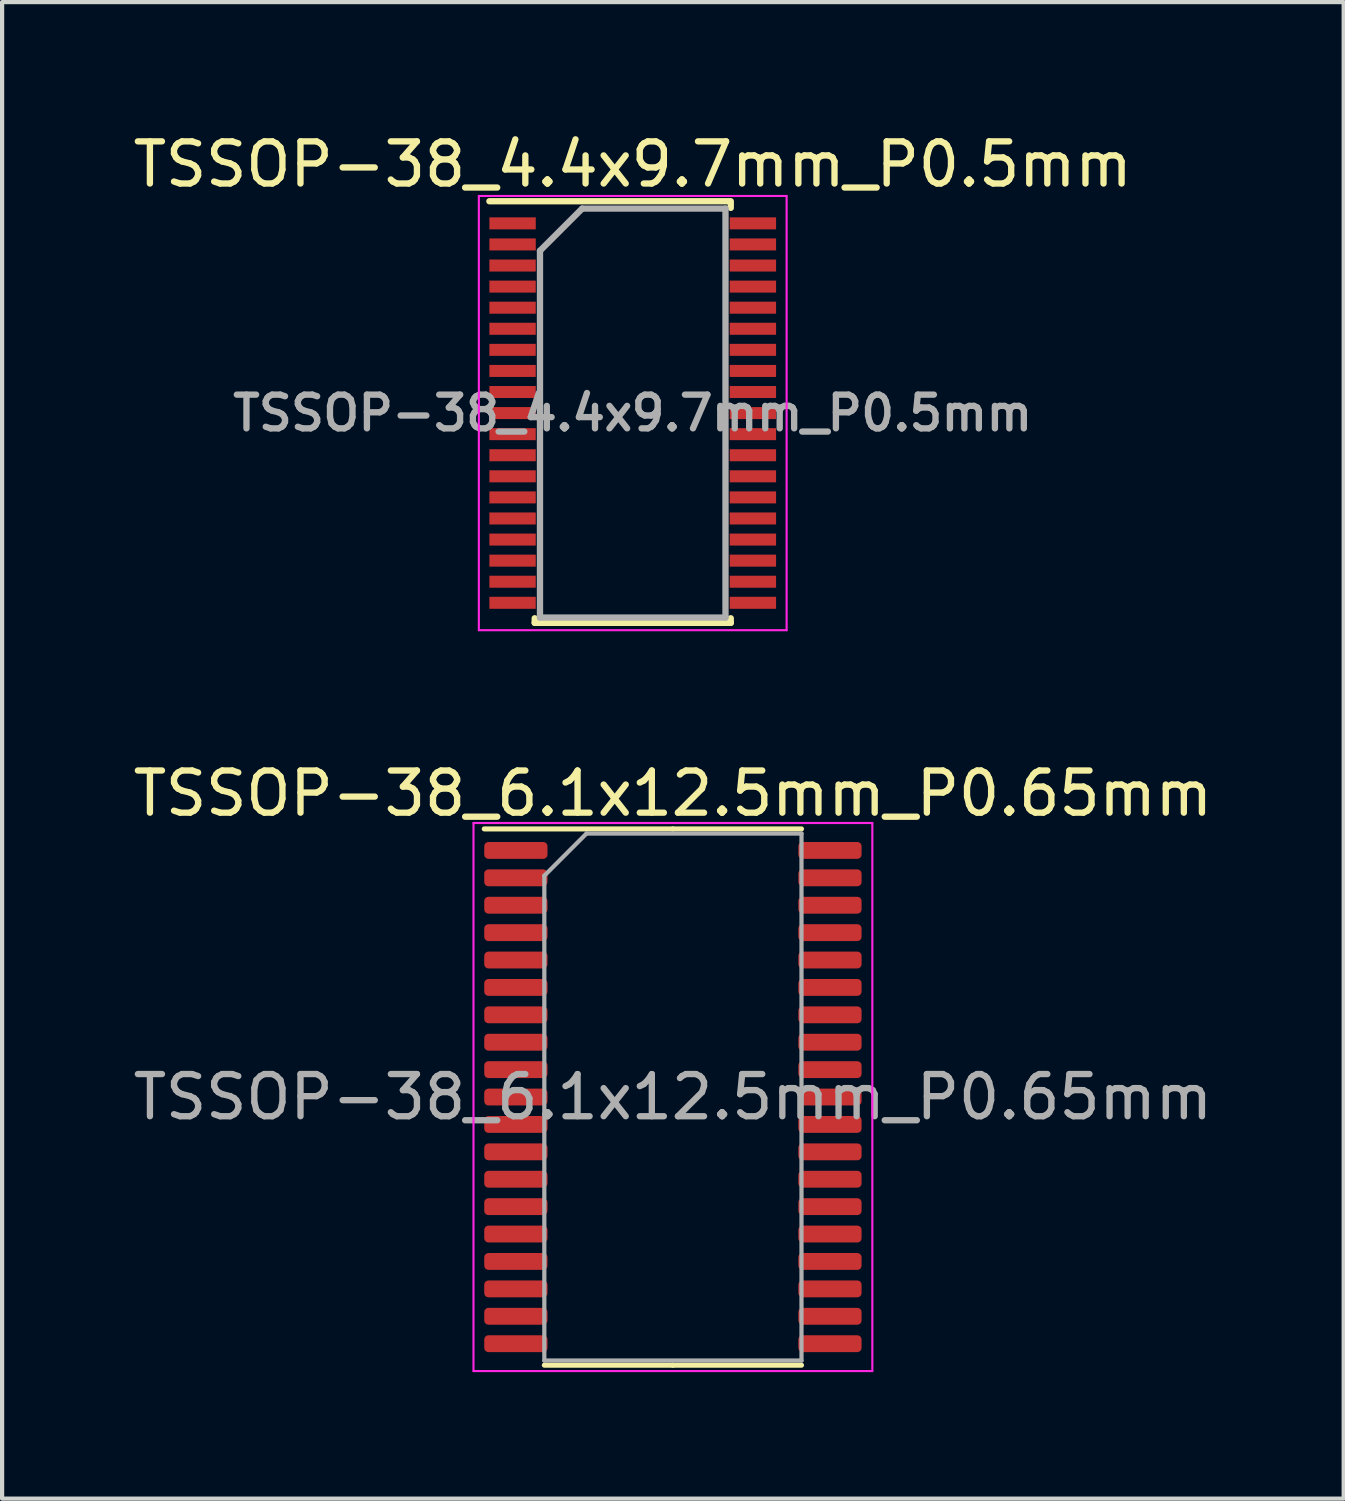
<source format=kicad_pcb>
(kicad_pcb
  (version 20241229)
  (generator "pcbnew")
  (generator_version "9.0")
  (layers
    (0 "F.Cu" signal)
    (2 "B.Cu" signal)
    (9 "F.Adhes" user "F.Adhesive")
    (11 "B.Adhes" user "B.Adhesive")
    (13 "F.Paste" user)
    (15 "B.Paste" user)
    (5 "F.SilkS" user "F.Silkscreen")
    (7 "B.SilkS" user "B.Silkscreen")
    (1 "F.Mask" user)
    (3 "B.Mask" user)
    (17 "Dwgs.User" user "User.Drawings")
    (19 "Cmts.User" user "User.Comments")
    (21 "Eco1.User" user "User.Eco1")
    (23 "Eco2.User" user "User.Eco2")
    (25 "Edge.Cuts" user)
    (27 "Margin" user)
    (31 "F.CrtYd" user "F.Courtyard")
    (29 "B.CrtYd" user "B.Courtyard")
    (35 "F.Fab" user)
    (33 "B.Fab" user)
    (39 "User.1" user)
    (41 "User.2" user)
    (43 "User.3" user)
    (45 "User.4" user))
  (footprint "TSSOP-38_4.4x9.7mm_P0.5mm"
    (layer "F.Cu")
    (at 11.958 6.748)
    (property "Reference" "TSSOP-38_4.4x9.7mm_P0.5mm" (at 0 -5.9 0) (layer "F.SilkS") (effects (font (size 1 1) (thickness 0.15))))
    (attr smd)
    (fp_line (start -3.4 -5.025) (end 2.325 -5.025) (stroke (width 0.15) (type solid)) (layer "F.SilkS"))
    (fp_line (start -2.325 4.975) (end -2.325 4.867) (stroke (width 0.15) (type solid)) (layer "F.SilkS"))
    (fp_line (start -2.325 4.975) (end 2.325 4.975) (stroke (width 0.15) (type solid)) (layer "F.SilkS"))
    (fp_line (start 2.325 -4.975) (end 2.325 -4.867) (stroke (width 0.15) (type solid)) (layer "F.SilkS"))
    (fp_line (start 2.325 4.975) (end 2.325 4.867) (stroke (width 0.15) (type solid)) (layer "F.SilkS"))
    (fp_line (start -3.65 -5.15) (end -3.65 5.15) (stroke (width 0.05) (type solid)) (layer "F.CrtYd"))
    (fp_line (start -3.65 -5.15) (end 3.65 -5.15) (stroke (width 0.05) (type solid)) (layer "F.CrtYd"))
    (fp_line (start -3.65 5.15) (end 3.65 5.15) (stroke (width 0.05) (type solid)) (layer "F.CrtYd"))
    (fp_line (start 3.65 -5.15) (end 3.65 5.15) (stroke (width 0.05) (type solid)) (layer "F.CrtYd"))
    (fp_line (start -2.2 -3.85) (end -1.2 -4.85) (stroke (width 0.15) (type solid)) (layer "F.Fab"))
    (fp_line (start -2.2 4.85) (end -2.2 -3.85) (stroke (width 0.15) (type solid)) (layer "F.Fab"))
    (fp_line (start -1.2 -4.85) (end 2.2 -4.85) (stroke (width 0.15) (type solid)) (layer "F.Fab"))
    (fp_line (start 2.2 -4.85) (end 2.2 4.85) (stroke (width 0.15) (type solid)) (layer "F.Fab"))
    (fp_line (start 2.2 4.85) (end -2.2 4.85) (stroke (width 0.15) (type solid)) (layer "F.Fab"))
    (fp_text user "${REFERENCE}" (at 0 0 0) (layer "F.Fab") (effects (font (size 0.8 0.8) (thickness 0.15))))
    (pad "1" smd rect (at -2.85 -4.5) (size 1.1 0.285) (layers "F.Cu" "F.Mask" "F.Paste"))
    (pad "2" smd rect (at -2.85 -4) (size 1.1 0.285) (layers "F.Cu" "F.Mask" "F.Paste"))
    (pad "3" smd rect (at -2.85 -3.5) (size 1.1 0.285) (layers "F.Cu" "F.Mask" "F.Paste"))
    (pad "4" smd rect (at -2.85 -3) (size 1.1 0.285) (layers "F.Cu" "F.Mask" "F.Paste"))
    (pad "5" smd rect (at -2.85 -2.5) (size 1.1 0.285) (layers "F.Cu" "F.Mask" "F.Paste"))
    (pad "6" smd rect (at -2.85 -2) (size 1.1 0.285) (layers "F.Cu" "F.Mask" "F.Paste"))
    (pad "7" smd rect (at -2.85 -1.5) (size 1.1 0.285) (layers "F.Cu" "F.Mask" "F.Paste"))
    (pad "8" smd rect (at -2.85 -1) (size 1.1 0.285) (layers "F.Cu" "F.Mask" "F.Paste"))
    (pad "9" smd rect (at -2.85 -0.5) (size 1.1 0.285) (layers "F.Cu" "F.Mask" "F.Paste"))
    (pad "10" smd rect (at -2.85 0) (size 1.1 0.285) (layers "F.Cu" "F.Mask" "F.Paste"))
    (pad "11" smd rect (at -2.85 0.5) (size 1.1 0.285) (layers "F.Cu" "F.Mask" "F.Paste"))
    (pad "12" smd rect (at -2.85 1) (size 1.1 0.285) (layers "F.Cu" "F.Mask" "F.Paste"))
    (pad "13" smd rect (at -2.85 1.5) (size 1.1 0.285) (layers "F.Cu" "F.Mask" "F.Paste"))
    (pad "14" smd rect (at -2.85 2) (size 1.1 0.285) (layers "F.Cu" "F.Mask" "F.Paste"))
    (pad "15" smd rect (at -2.85 2.5) (size 1.1 0.285) (layers "F.Cu" "F.Mask" "F.Paste"))
    (pad "16" smd rect (at -2.85 3) (size 1.1 0.285) (layers "F.Cu" "F.Mask" "F.Paste"))
    (pad "17" smd rect (at -2.85 3.5) (size 1.1 0.285) (layers "F.Cu" "F.Mask" "F.Paste"))
    (pad "18" smd rect (at -2.85 4) (size 1.1 0.285) (layers "F.Cu" "F.Mask" "F.Paste"))
    (pad "19" smd rect (at -2.85 4.5) (size 1.1 0.285) (layers "F.Cu" "F.Mask" "F.Paste"))
    (pad "20" smd rect (at 2.85 4.5) (size 1.1 0.285) (layers "F.Cu" "F.Mask" "F.Paste"))
    (pad "21" smd rect (at 2.85 4) (size 1.1 0.285) (layers "F.Cu" "F.Mask" "F.Paste"))
    (pad "22" smd rect (at 2.85 3.5) (size 1.1 0.285) (layers "F.Cu" "F.Mask" "F.Paste"))
    (pad "23" smd rect (at 2.85 3) (size 1.1 0.285) (layers "F.Cu" "F.Mask" "F.Paste"))
    (pad "24" smd rect (at 2.85 2.5) (size 1.1 0.285) (layers "F.Cu" "F.Mask" "F.Paste"))
    (pad "25" smd rect (at 2.85 2) (size 1.1 0.285) (layers "F.Cu" "F.Mask" "F.Paste"))
    (pad "26" smd rect (at 2.85 1.5) (size 1.1 0.285) (layers "F.Cu" "F.Mask" "F.Paste"))
    (pad "27" smd rect (at 2.85 1) (size 1.1 0.285) (layers "F.Cu" "F.Mask" "F.Paste"))
    (pad "28" smd rect (at 2.85 0.5) (size 1.1 0.285) (layers "F.Cu" "F.Mask" "F.Paste"))
    (pad "29" smd rect (at 2.85 0) (size 1.1 0.285) (layers "F.Cu" "F.Mask" "F.Paste"))
    (pad "30" smd rect (at 2.85 -0.5) (size 1.1 0.285) (layers "F.Cu" "F.Mask" "F.Paste"))
    (pad "31" smd rect (at 2.85 -1) (size 1.1 0.285) (layers "F.Cu" "F.Mask" "F.Paste"))
    (pad "32" smd rect (at 2.85 -1.5) (size 1.1 0.285) (layers "F.Cu" "F.Mask" "F.Paste"))
    (pad "33" smd rect (at 2.85 -2) (size 1.1 0.285) (layers "F.Cu" "F.Mask" "F.Paste"))
    (pad "34" smd rect (at 2.85 -2.5) (size 1.1 0.285) (layers "F.Cu" "F.Mask" "F.Paste"))
    (pad "35" smd rect (at 2.85 -3) (size 1.1 0.285) (layers "F.Cu" "F.Mask" "F.Paste"))
    (pad "36" smd rect (at 2.85 -3.5) (size 1.1 0.285) (layers "F.Cu" "F.Mask" "F.Paste"))
    (pad "37" smd rect (at 2.85 -4) (size 1.1 0.285) (layers "F.Cu" "F.Mask" "F.Paste"))
    (pad "38" smd rect (at 2.85 -4.5) (size 1.1 0.285) (layers "F.Cu" "F.Mask" "F.Paste")))
  (footprint "TSSOP-38_6.1x12.5mm_P0.65mm"
    (layer "F.Cu")
    (at 12.911 22.971)
    (property "Reference" "TSSOP-38_6.1x12.5mm_P0.65mm" (at 0 -7.2 0) (layer "F.SilkS") (effects (font (size 1 1) (thickness 0.15))))
    (attr smd)
    (fp_line (start 0 -6.36) (end -4.475 -6.36) (stroke (width 0.12) (type solid)) (layer "F.SilkS"))
    (fp_line (start 0 -6.36) (end 3.05 -6.36) (stroke (width 0.12) (type solid)) (layer "F.SilkS"))
    (fp_line (start 0 6.36) (end -3.05 6.36) (stroke (width 0.12) (type solid)) (layer "F.SilkS"))
    (fp_line (start 0 6.36) (end 3.05 6.36) (stroke (width 0.12) (type solid)) (layer "F.SilkS"))
    (fp_line (start -4.73 -6.5) (end -4.73 6.5) (stroke (width 0.05) (type solid)) (layer "F.CrtYd"))
    (fp_line (start -4.73 6.5) (end 4.73 6.5) (stroke (width 0.05) (type solid)) (layer "F.CrtYd"))
    (fp_line (start 4.73 -6.5) (end -4.73 -6.5) (stroke (width 0.05) (type solid)) (layer "F.CrtYd"))
    (fp_line (start 4.73 6.5) (end 4.73 -6.5) (stroke (width 0.05) (type solid)) (layer "F.CrtYd"))
    (fp_line (start -3.05 -5.25) (end -2.05 -6.25) (stroke (width 0.1) (type solid)) (layer "F.Fab"))
    (fp_line (start -3.05 6.25) (end -3.05 -5.25) (stroke (width 0.1) (type solid)) (layer "F.Fab"))
    (fp_line (start -2.05 -6.25) (end 3.05 -6.25) (stroke (width 0.1) (type solid)) (layer "F.Fab"))
    (fp_line (start 3.05 -6.25) (end 3.05 6.25) (stroke (width 0.1) (type solid)) (layer "F.Fab"))
    (fp_line (start 3.05 6.25) (end -3.05 6.25) (stroke (width 0.1) (type solid)) (layer "F.Fab"))
    (fp_text user "${REFERENCE}" (at 0 0 0) (layer "F.Fab") (effects (font (size 1 1) (thickness 0.15))))
    (pad "1" smd roundrect (at -3.725 -5.85) (size 1.5 0.4) (layers "F.Cu" "F.Mask" "F.Paste") (roundrect_rratio 0.25))
    (pad "2" smd roundrect (at -3.725 -5.2) (size 1.5 0.4) (layers "F.Cu" "F.Mask" "F.Paste") (roundrect_rratio 0.25))
    (pad "3" smd roundrect (at -3.725 -4.55) (size 1.5 0.4) (layers "F.Cu" "F.Mask" "F.Paste") (roundrect_rratio 0.25))
    (pad "4" smd roundrect (at -3.725 -3.9) (size 1.5 0.4) (layers "F.Cu" "F.Mask" "F.Paste") (roundrect_rratio 0.25))
    (pad "5" smd roundrect (at -3.725 -3.25) (size 1.5 0.4) (layers "F.Cu" "F.Mask" "F.Paste") (roundrect_rratio 0.25))
    (pad "6" smd roundrect (at -3.725 -2.6) (size 1.5 0.4) (layers "F.Cu" "F.Mask" "F.Paste") (roundrect_rratio 0.25))
    (pad "7" smd roundrect (at -3.725 -1.95) (size 1.5 0.4) (layers "F.Cu" "F.Mask" "F.Paste") (roundrect_rratio 0.25))
    (pad "8" smd roundrect (at -3.725 -1.3) (size 1.5 0.4) (layers "F.Cu" "F.Mask" "F.Paste") (roundrect_rratio 0.25))
    (pad "9" smd roundrect (at -3.725 -0.65) (size 1.5 0.4) (layers "F.Cu" "F.Mask" "F.Paste") (roundrect_rratio 0.25))
    (pad "10" smd roundrect (at -3.725 0) (size 1.5 0.4) (layers "F.Cu" "F.Mask" "F.Paste") (roundrect_rratio 0.25))
    (pad "11" smd roundrect (at -3.725 0.65) (size 1.5 0.4) (layers "F.Cu" "F.Mask" "F.Paste") (roundrect_rratio 0.25))
    (pad "12" smd roundrect (at -3.725 1.3) (size 1.5 0.4) (layers "F.Cu" "F.Mask" "F.Paste") (roundrect_rratio 0.25))
    (pad "13" smd roundrect (at -3.725 1.95) (size 1.5 0.4) (layers "F.Cu" "F.Mask" "F.Paste") (roundrect_rratio 0.25))
    (pad "14" smd roundrect (at -3.725 2.6) (size 1.5 0.4) (layers "F.Cu" "F.Mask" "F.Paste") (roundrect_rratio 0.25))
    (pad "15" smd roundrect (at -3.725 3.25) (size 1.5 0.4) (layers "F.Cu" "F.Mask" "F.Paste") (roundrect_rratio 0.25))
    (pad "16" smd roundrect (at -3.725 3.9) (size 1.5 0.4) (layers "F.Cu" "F.Mask" "F.Paste") (roundrect_rratio 0.25))
    (pad "17" smd roundrect (at -3.725 4.55) (size 1.5 0.4) (layers "F.Cu" "F.Mask" "F.Paste") (roundrect_rratio 0.25))
    (pad "18" smd roundrect (at -3.725 5.2) (size 1.5 0.4) (layers "F.Cu" "F.Mask" "F.Paste") (roundrect_rratio 0.25))
    (pad "19" smd roundrect (at -3.725 5.85) (size 1.5 0.4) (layers "F.Cu" "F.Mask" "F.Paste") (roundrect_rratio 0.25))
    (pad "20" smd roundrect (at 3.725 5.85) (size 1.5 0.4) (layers "F.Cu" "F.Mask" "F.Paste") (roundrect_rratio 0.25))
    (pad "21" smd roundrect (at 3.725 5.2) (size 1.5 0.4) (layers "F.Cu" "F.Mask" "F.Paste") (roundrect_rratio 0.25))
    (pad "22" smd roundrect (at 3.725 4.55) (size 1.5 0.4) (layers "F.Cu" "F.Mask" "F.Paste") (roundrect_rratio 0.25))
    (pad "23" smd roundrect (at 3.725 3.9) (size 1.5 0.4) (layers "F.Cu" "F.Mask" "F.Paste") (roundrect_rratio 0.25))
    (pad "24" smd roundrect (at 3.725 3.25) (size 1.5 0.4) (layers "F.Cu" "F.Mask" "F.Paste") (roundrect_rratio 0.25))
    (pad "25" smd roundrect (at 3.725 2.6) (size 1.5 0.4) (layers "F.Cu" "F.Mask" "F.Paste") (roundrect_rratio 0.25))
    (pad "26" smd roundrect (at 3.725 1.95) (size 1.5 0.4) (layers "F.Cu" "F.Mask" "F.Paste") (roundrect_rratio 0.25))
    (pad "27" smd roundrect (at 3.725 1.3) (size 1.5 0.4) (layers "F.Cu" "F.Mask" "F.Paste") (roundrect_rratio 0.25))
    (pad "28" smd roundrect (at 3.725 0.65) (size 1.5 0.4) (layers "F.Cu" "F.Mask" "F.Paste") (roundrect_rratio 0.25))
    (pad "29" smd roundrect (at 3.725 0) (size 1.5 0.4) (layers "F.Cu" "F.Mask" "F.Paste") (roundrect_rratio 0.25))
    (pad "30" smd roundrect (at 3.725 -0.65) (size 1.5 0.4) (layers "F.Cu" "F.Mask" "F.Paste") (roundrect_rratio 0.25))
    (pad "31" smd roundrect (at 3.725 -1.3) (size 1.5 0.4) (layers "F.Cu" "F.Mask" "F.Paste") (roundrect_rratio 0.25))
    (pad "32" smd roundrect (at 3.725 -1.95) (size 1.5 0.4) (layers "F.Cu" "F.Mask" "F.Paste") (roundrect_rratio 0.25))
    (pad "33" smd roundrect (at 3.725 -2.6) (size 1.5 0.4) (layers "F.Cu" "F.Mask" "F.Paste") (roundrect_rratio 0.25))
    (pad "34" smd roundrect (at 3.725 -3.25) (size 1.5 0.4) (layers "F.Cu" "F.Mask" "F.Paste") (roundrect_rratio 0.25))
    (pad "35" smd roundrect (at 3.725 -3.9) (size 1.5 0.4) (layers "F.Cu" "F.Mask" "F.Paste") (roundrect_rratio 0.25))
    (pad "36" smd roundrect (at 3.725 -4.55) (size 1.5 0.4) (layers "F.Cu" "F.Mask" "F.Paste") (roundrect_rratio 0.25))
    (pad "37" smd roundrect (at 3.725 -5.2) (size 1.5 0.4) (layers "F.Cu" "F.Mask" "F.Paste") (roundrect_rratio 0.25))
    (pad "38" smd roundrect (at 3.725 -5.85) (size 1.5 0.4) (layers "F.Cu" "F.Mask" "F.Paste") (roundrect_rratio 0.25)))
  (gr_rect
    (start -3 -3)
    (end 28.821 32.496)
    (stroke (width 0.1) (type default))
    (fill no)
    (layer "Edge.Cuts")))
</source>
